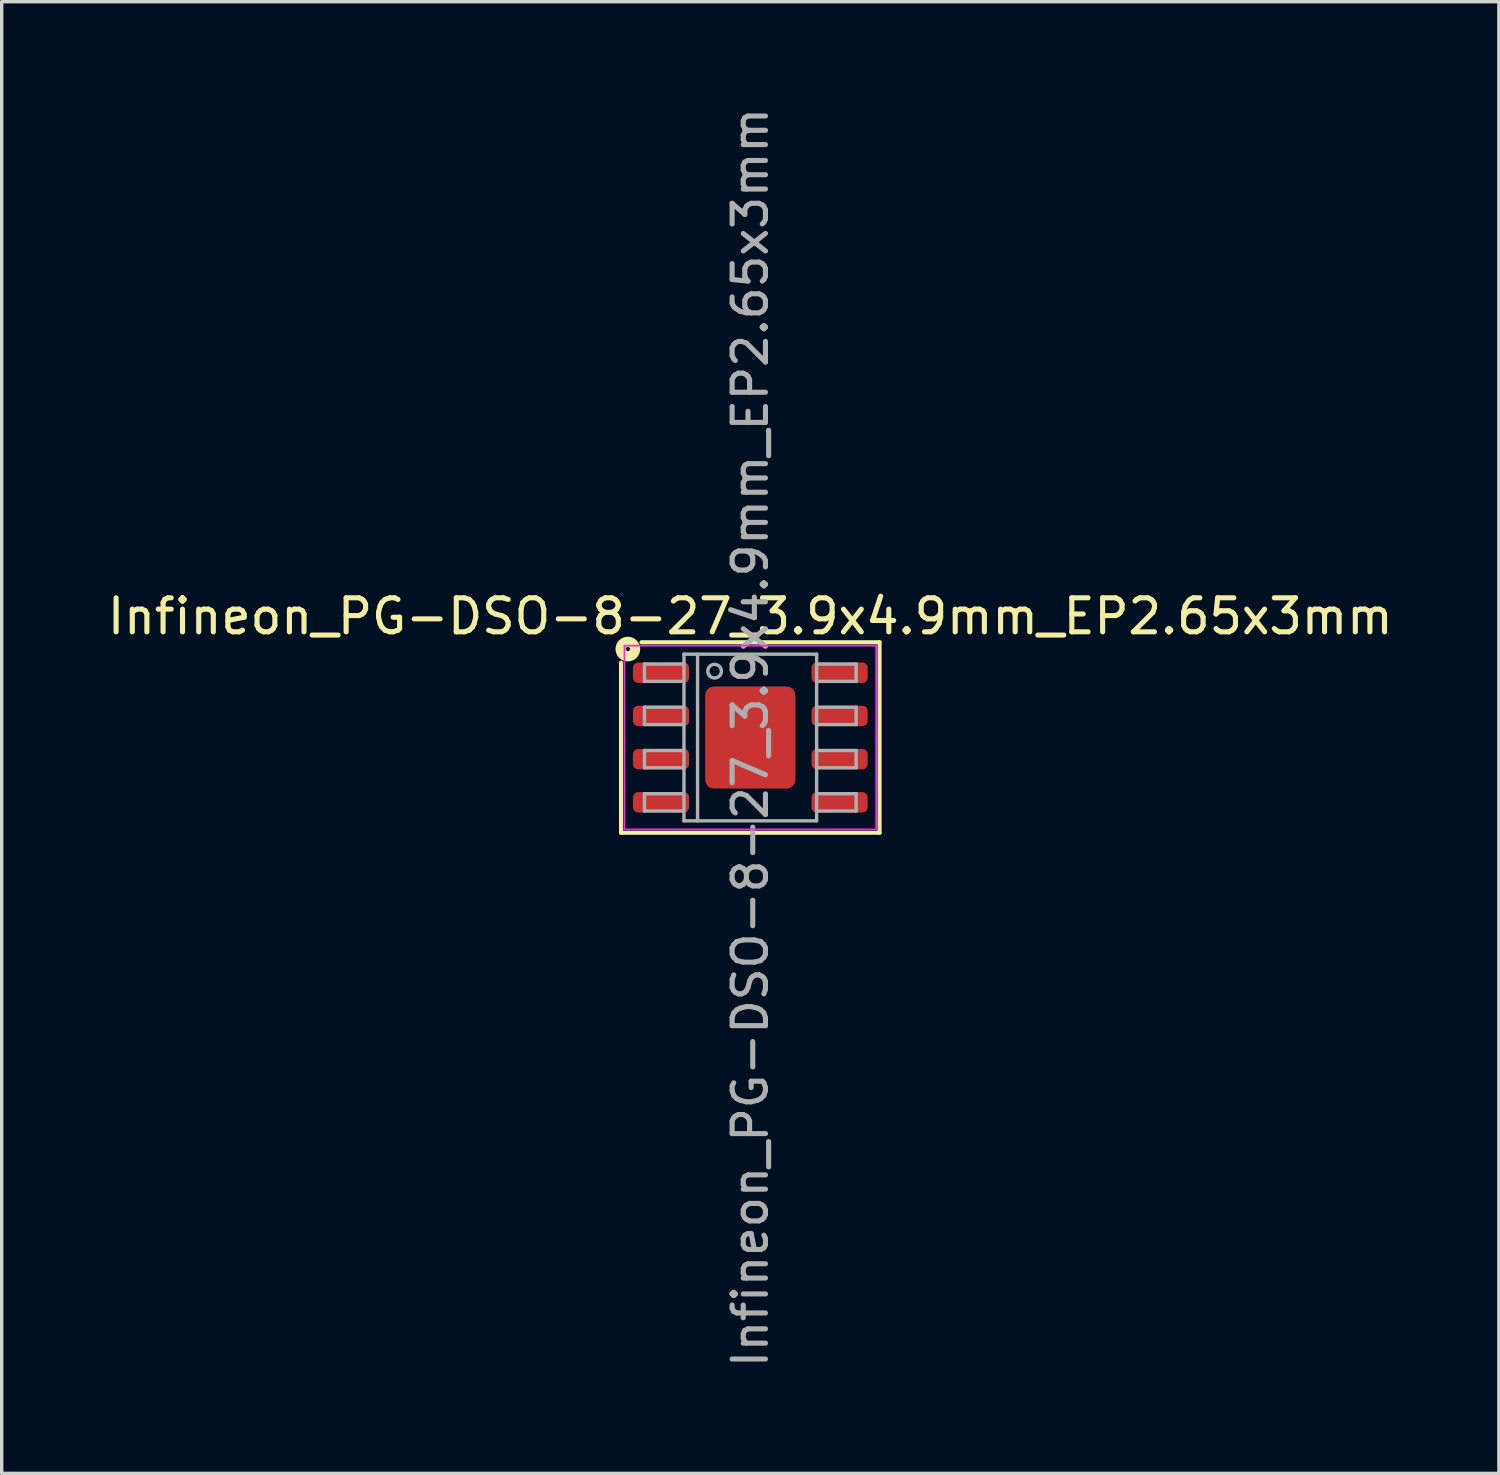
<source format=kicad_pcb>
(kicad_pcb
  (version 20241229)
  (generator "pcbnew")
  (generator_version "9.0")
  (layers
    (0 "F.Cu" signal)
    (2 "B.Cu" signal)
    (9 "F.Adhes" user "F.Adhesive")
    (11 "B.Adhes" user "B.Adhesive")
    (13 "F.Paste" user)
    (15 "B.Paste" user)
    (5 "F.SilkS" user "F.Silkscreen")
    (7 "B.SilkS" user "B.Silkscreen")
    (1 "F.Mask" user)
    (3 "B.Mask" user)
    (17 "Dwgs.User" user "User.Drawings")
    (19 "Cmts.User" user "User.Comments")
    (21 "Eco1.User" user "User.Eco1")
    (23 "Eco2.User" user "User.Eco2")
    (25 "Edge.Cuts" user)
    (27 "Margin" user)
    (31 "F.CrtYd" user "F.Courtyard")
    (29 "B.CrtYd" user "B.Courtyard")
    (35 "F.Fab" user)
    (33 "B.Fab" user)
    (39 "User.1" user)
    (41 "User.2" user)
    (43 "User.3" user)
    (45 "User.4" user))
  (footprint "Infineon_PG-DSO-8-27_3.9x4.9mm_EP2.65x3mm"
    (layer "F.Cu")
    (at 19.006 18.63)
    (property "Reference" "Infineon_PG-DSO-8-27_3.9x4.9mm_EP2.65x3mm" (at 0 -3.562 0) (layer "F.SilkS") (effects (font (size 1 1) (thickness 0.15))))
    (attr smd)
    (fp_line (start -3.8 2.8) (end -3.8 -2.2) (stroke (width 0.12) (type solid)) (layer "F.SilkS"))
    (fp_line (start -3.2 -2.8) (end 3.8 -2.8) (stroke (width 0.12) (type solid)) (layer "F.SilkS"))
    (fp_line (start 3.8 -2.8) (end 3.8 2.8) (stroke (width 0.12) (type solid)) (layer "F.SilkS"))
    (fp_line (start 3.8 2.8) (end -3.8 2.8) (stroke (width 0.12) (type solid)) (layer "F.SilkS"))
    (fp_circle (center -3.6 -2.6) (end -3.537 -2.6) (stroke (width 0.3) (type solid)) (fill no) (layer "F.SilkS"))
    (fp_line (start -3.7 -2.7) (end -3.7 2.7) (stroke (width 0.05) (type solid)) (layer "F.CrtYd"))
    (fp_line (start -3.7 2.7) (end 3.7 2.7) (stroke (width 0.05) (type solid)) (layer "F.CrtYd"))
    (fp_line (start 3.7 -2.7) (end -3.7 -2.7) (stroke (width 0.05) (type solid)) (layer "F.CrtYd"))
    (fp_line (start 3.7 2.7) (end 3.7 -2.7) (stroke (width 0.05) (type solid)) (layer "F.CrtYd"))
    (fp_line (start -3.111 -2.159) (end -3.111 -1.651) (stroke (width 0.1) (type solid)) (layer "F.Fab"))
    (fp_line (start -3.111 -2.159) (end -1.968 -2.159) (stroke (width 0.1) (type solid)) (layer "F.Fab"))
    (fp_line (start -3.111 -1.651) (end -1.968 -1.651) (stroke (width 0.1) (type solid)) (layer "F.Fab"))
    (fp_line (start -3.111 -0.889) (end -3.111 -0.381) (stroke (width 0.1) (type solid)) (layer "F.Fab"))
    (fp_line (start -3.111 -0.889) (end -1.968 -0.889) (stroke (width 0.1) (type solid)) (layer "F.Fab"))
    (fp_line (start -3.111 -0.381) (end -1.968 -0.381) (stroke (width 0.1) (type solid)) (layer "F.Fab"))
    (fp_line (start -3.111 0.381) (end -3.111 0.889) (stroke (width 0.1) (type solid)) (layer "F.Fab"))
    (fp_line (start -3.111 0.381) (end -1.968 0.381) (stroke (width 0.1) (type solid)) (layer "F.Fab"))
    (fp_line (start -3.111 0.889) (end -1.968 0.889) (stroke (width 0.1) (type solid)) (layer "F.Fab"))
    (fp_line (start -3.111 1.651) (end -3.111 2.159) (stroke (width 0.1) (type solid)) (layer "F.Fab"))
    (fp_line (start -3.111 1.651) (end -1.968 1.651) (stroke (width 0.1) (type solid)) (layer "F.Fab"))
    (fp_line (start -3.111 2.159) (end -1.968 2.159) (stroke (width 0.1) (type solid)) (layer "F.Fab"))
    (fp_line (start -1.95 -2.45) (end 1.95 -2.45) (stroke (width 0.1) (type solid)) (layer "F.Fab"))
    (fp_line (start -1.95 2.45) (end -1.95 -2.45) (stroke (width 0.1) (type solid)) (layer "F.Fab"))
    (fp_line (start -1.55 -2.45) (end -1.55 2.45) (stroke (width 0.1) (type solid)) (layer "F.Fab"))
    (fp_line (start 1.95 -2.45) (end 1.95 2.45) (stroke (width 0.1) (type solid)) (layer "F.Fab"))
    (fp_line (start 1.95 2.45) (end -1.95 2.45) (stroke (width 0.1) (type solid)) (layer "F.Fab"))
    (fp_line (start 3.111 -2.159) (end 1.968 -2.159) (stroke (width 0.1) (type solid)) (layer "F.Fab"))
    (fp_line (start 3.111 -1.651) (end 1.968 -1.651) (stroke (width 0.1) (type solid)) (layer "F.Fab"))
    (fp_line (start 3.111 -1.651) (end 3.111 -2.159) (stroke (width 0.1) (type solid)) (layer "F.Fab"))
    (fp_line (start 3.111 -0.889) (end 1.968 -0.889) (stroke (width 0.1) (type solid)) (layer "F.Fab"))
    (fp_line (start 3.111 -0.381) (end 1.968 -0.381) (stroke (width 0.1) (type solid)) (layer "F.Fab"))
    (fp_line (start 3.111 -0.381) (end 3.111 -0.889) (stroke (width 0.1) (type solid)) (layer "F.Fab"))
    (fp_line (start 3.111 0.381) (end 1.968 0.381) (stroke (width 0.1) (type solid)) (layer "F.Fab"))
    (fp_line (start 3.111 0.889) (end 1.968 0.889) (stroke (width 0.1) (type solid)) (layer "F.Fab"))
    (fp_line (start 3.111 0.889) (end 3.111 0.381) (stroke (width 0.1) (type solid)) (layer "F.Fab"))
    (fp_line (start 3.111 1.651) (end 1.968 1.651) (stroke (width 0.1) (type solid)) (layer "F.Fab"))
    (fp_line (start 3.111 2.159) (end 1.968 2.159) (stroke (width 0.1) (type solid)) (layer "F.Fab"))
    (fp_line (start 3.111 2.159) (end 3.111 1.651) (stroke (width 0.1) (type solid)) (layer "F.Fab"))
    (fp_circle (center -1.05 -1.95) (end -0.85 -1.95) (stroke (width 0.1) (type solid)) (fill no) (layer "F.Fab"))
    (fp_text user "${REFERENCE}" (at 0 0 90) (layer "F.Fab") (effects (font (size 0.98 0.98) (thickness 0.15))))
    (pad "" smd roundrect (at -0.66 -0.75) (size 1.07 1.21) (layers "F.Paste") (roundrect_rratio 0.234))
    (pad "" smd roundrect (at -0.66 0.75) (size 1.07 1.21) (layers "F.Paste") (roundrect_rratio 0.234))
    (pad "" smd roundrect (at 0.66 -0.75) (size 1.07 1.21) (layers "F.Paste") (roundrect_rratio 0.234))
    (pad "" smd roundrect (at 0.66 0.75) (size 1.07 1.21) (layers "F.Paste") (roundrect_rratio 0.234))
    (pad "1" smd roundrect (at -2.625 -1.905) (size 1.65 0.6) (layers "F.Cu" "F.Mask" "F.Paste") (roundrect_rratio 0.25))
    (pad "2" smd roundrect (at -2.625 -0.635) (size 1.65 0.6) (layers "F.Cu" "F.Mask" "F.Paste") (roundrect_rratio 0.25))
    (pad "3" smd roundrect (at -2.625 0.635) (size 1.65 0.6) (layers "F.Cu" "F.Mask" "F.Paste") (roundrect_rratio 0.25))
    (pad "4" smd roundrect (at -2.625 1.905) (size 1.65 0.6) (layers "F.Cu" "F.Mask" "F.Paste") (roundrect_rratio 0.25))
    (pad "5" smd roundrect (at 2.625 1.905) (size 1.65 0.6) (layers "F.Cu" "F.Mask" "F.Paste") (roundrect_rratio 0.25))
    (pad "6" smd roundrect (at 2.625 0.635) (size 1.65 0.6) (layers "F.Cu" "F.Mask" "F.Paste") (roundrect_rratio 0.25))
    (pad "7" smd roundrect (at 2.625 -0.635) (size 1.65 0.6) (layers "F.Cu" "F.Mask" "F.Paste") (roundrect_rratio 0.25))
    (pad "8" smd roundrect (at 2.625 -1.905) (size 1.65 0.6) (layers "F.Cu" "F.Mask" "F.Paste") (roundrect_rratio 0.25))
    (pad "9" smd roundrect (at 0 0) (size 2.65 3) (layers "F.Cu" "F.Mask") (roundrect_rratio 0.094)))
  (gr_rect
    (start -3 -3)
    (end 41.012 40.261)
    (stroke (width 0.1) (type default))
    (fill no)
    (layer "Edge.Cuts")))
</source>
